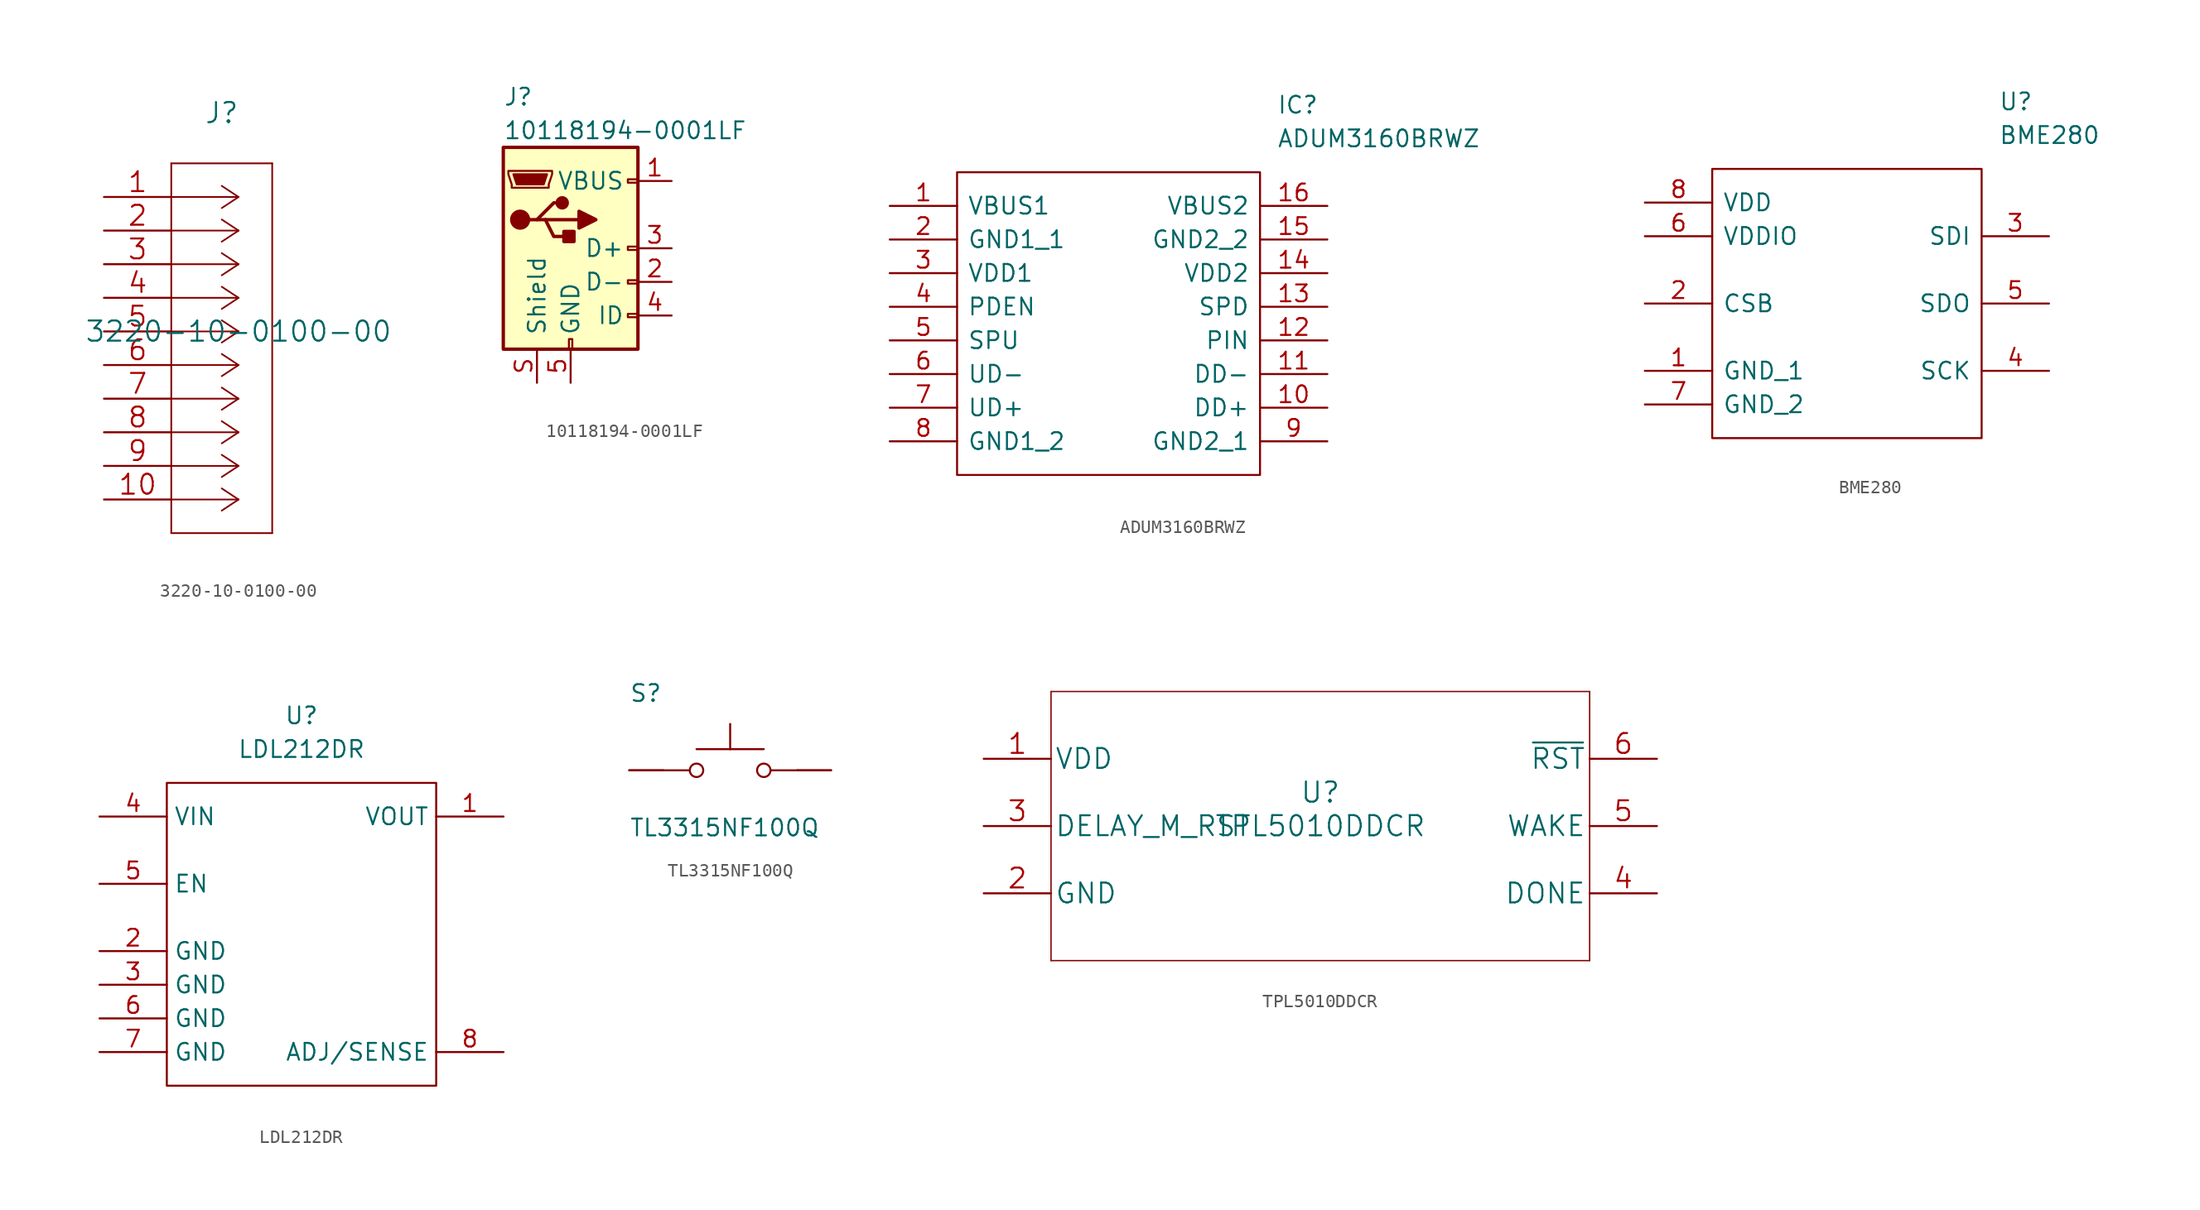
<source format=kicad_sym>
(kicad_symbol_lib
  (version 20220914)
  (generator kicad_symbol_editor)
  (symbol "3220-10-0100-00"
    (pin_names
      (offset 0.254) hide)
    (property "Reference" "J"
      (at 8.89 6.35 0)
      (effects (font (size 1.524 1.524))))
    (property "Value" "3220-10-0100-00"
      (at 10.16 -10.16 0)
      (effects (font (size 1.524 1.524))))
    (property "Datasheet" ""
      (at 0 0 0)
      (effects (font (size 1.524 1.524))))
    (symbol "3220-10-0100-00_1_1"
      (polyline (pts (xy 5.08 -25.4) (xy 12.7 -25.4)) (stroke (width 0.127) (type default)) (fill (type none)))
      (polyline (pts (xy 5.08 2.54) (xy 5.08 -25.4)) (stroke (width 0.127) (type default)) (fill (type none)))
      (polyline (pts (xy 10.16 -22.86) (xy 5.08 -22.86)) (stroke (width 0.127) (type default)) (fill (type none)))
      (polyline (pts (xy 10.16 -22.86) (xy 8.89 -23.698)) (stroke (width 0.127) (type default)) (fill (type none)))
      (polyline (pts (xy 10.16 -22.86) (xy 8.89 -22.022)) (stroke (width 0.127) (type default)) (fill (type none)))
      (polyline (pts (xy 10.16 -20.32) (xy 5.08 -20.32)) (stroke (width 0.127) (type default)) (fill (type none)))
      (polyline (pts (xy 10.16 -20.32) (xy 8.89 -21.158)) (stroke (width 0.127) (type default)) (fill (type none)))
      (polyline (pts (xy 10.16 -20.32) (xy 8.89 -19.482)) (stroke (width 0.127) (type default)) (fill (type none)))
      (polyline (pts (xy 10.16 -17.78) (xy 5.08 -17.78)) (stroke (width 0.127) (type default)) (fill (type none)))
      (polyline (pts (xy 10.16 -17.78) (xy 8.89 -18.618)) (stroke (width 0.127) (type default)) (fill (type none)))
      (polyline (pts (xy 10.16 -17.78) (xy 8.89 -16.942)) (stroke (width 0.127) (type default)) (fill (type none)))
      (polyline (pts (xy 10.16 -15.24) (xy 5.08 -15.24)) (stroke (width 0.127) (type default)) (fill (type none)))
      (polyline (pts (xy 10.16 -15.24) (xy 8.89 -16.078)) (stroke (width 0.127) (type default)) (fill (type none)))
      (polyline (pts (xy 10.16 -15.24) (xy 8.89 -14.402)) (stroke (width 0.127) (type default)) (fill (type none)))
      (polyline (pts (xy 10.16 -12.7) (xy 5.08 -12.7)) (stroke (width 0.127) (type default)) (fill (type none)))
      (polyline (pts (xy 10.16 -12.7) (xy 8.89 -13.538)) (stroke (width 0.127) (type default)) (fill (type none)))
      (polyline (pts (xy 10.16 -12.7) (xy 8.89 -11.862)) (stroke (width 0.127) (type default)) (fill (type none)))
      (polyline (pts (xy 10.16 -10.16) (xy 5.08 -10.16)) (stroke (width 0.127) (type default)) (fill (type none)))
      (polyline (pts (xy 10.16 -10.16) (xy 8.89 -10.998)) (stroke (width 0.127) (type default)) (fill (type none)))
      (polyline (pts (xy 10.16 -10.16) (xy 8.89 -9.322)) (stroke (width 0.127) (type default)) (fill (type none)))
      (polyline (pts (xy 10.16 -7.62) (xy 5.08 -7.62)) (stroke (width 0.127) (type default)) (fill (type none)))
      (polyline (pts (xy 10.16 -7.62) (xy 8.89 -8.458)) (stroke (width 0.127) (type default)) (fill (type none)))
      (polyline (pts (xy 10.16 -7.62) (xy 8.89 -6.782)) (stroke (width 0.127) (type default)) (fill (type none)))
      (polyline (pts (xy 10.16 -5.08) (xy 5.08 -5.08)) (stroke (width 0.127) (type default)) (fill (type none)))
      (polyline (pts (xy 10.16 -5.08) (xy 8.89 -5.918)) (stroke (width 0.127) (type default)) (fill (type none)))
      (polyline (pts (xy 10.16 -5.08) (xy 8.89 -4.242)) (stroke (width 0.127) (type default)) (fill (type none)))
      (polyline (pts (xy 10.16 -2.54) (xy 5.08 -2.54)) (stroke (width 0.127) (type default)) (fill (type none)))
      (polyline (pts (xy 10.16 -2.54) (xy 8.89 -3.378)) (stroke (width 0.127) (type default)) (fill (type none)))
      (polyline (pts (xy 10.16 -2.54) (xy 8.89 -1.702)) (stroke (width 0.127) (type default)) (fill (type none)))
      (polyline (pts (xy 10.16 0) (xy 5.08 0)) (stroke (width 0.127) (type default)) (fill (type none)))
      (polyline (pts (xy 10.16 0) (xy 8.89 -0.838)) (stroke (width 0.127) (type default)) (fill (type none)))
      (polyline (pts (xy 10.16 0) (xy 8.89 0.838)) (stroke (width 0.127) (type default)) (fill (type none)))
      (polyline (pts (xy 12.7 -25.4) (xy 12.7 2.54)) (stroke (width 0.127) (type default)) (fill (type none)))
      (polyline (pts (xy 12.7 2.54) (xy 5.08 2.54)) (stroke (width 0.127) (type default)) (fill (type none)))
      (pin passive line (at 0 0 0) (length 5.08) (name "1" (effects (font (size 1.499 1.499)))) (number "1" (effects (font (size 1.499 1.499)))))
      (pin passive line (at 0 -22.86 0) (length 5.08) (name "10" (effects (font (size 1.499 1.499)))) (number "10" (effects (font (size 1.499 1.499)))))
      (pin passive line (at 0 -2.54 0) (length 5.08) (name "2" (effects (font (size 1.499 1.499)))) (number "2" (effects (font (size 1.499 1.499)))))
      (pin passive line (at 0 -5.08 0) (length 5.08) (name "3" (effects (font (size 1.499 1.499)))) (number "3" (effects (font (size 1.499 1.499)))))
      (pin passive line (at 0 -7.62 0) (length 5.08) (name "4" (effects (font (size 1.499 1.499)))) (number "4" (effects (font (size 1.499 1.499)))))
      (pin passive line (at 0 -10.16 0) (length 5.08) (name "5" (effects (font (size 1.499 1.499)))) (number "5" (effects (font (size 1.499 1.499)))))
      (pin passive line (at 0 -12.7 0) (length 5.08) (name "6" (effects (font (size 1.499 1.499)))) (number "6" (effects (font (size 1.499 1.499)))))
      (pin passive line (at 0 -15.24 0) (length 5.08) (name "7" (effects (font (size 1.499 1.499)))) (number "7" (effects (font (size 1.499 1.499)))))
      (pin passive line (at 0 -17.78 0) (length 5.08) (name "8" (effects (font (size 1.499 1.499)))) (number "8" (effects (font (size 1.499 1.499)))))
      (pin passive line (at 0 -20.32 0) (length 5.08) (name "9" (effects (font (size 1.499 1.499)))) (number "9" (effects (font (size 1.499 1.499)))))))
  (symbol "10118194-0001LF"
    (pin_names
      (offset 1.016))
    (property "Reference" "J"
      (at -5.08 11.43 0)
      (effects (font (size 1.27 1.27)) (justify left)))
    (property "Value" "10118194-0001LF"
      (at -5.08 8.89 0)
      (effects (font (size 1.27 1.27)) (justify left)))
    (symbol "10118194-0001LF_0_1"
      (rectangle (start -5.08 -7.62) (end 5.08 7.62) (stroke (width 0.254) (type default)) (fill (type background)))
      (circle (center -3.81 2.159) (radius 0.635) (stroke (width 0.254) (type default)) (fill (type outline)))
      (circle (center -0.635 3.429) (radius 0.381) (stroke (width 0.254) (type default)) (fill (type outline)))
      (rectangle (start -0.127 -7.62) (end 0.127 -6.858) (stroke (width 0) (type default)) (fill (type none)))
      (polyline (pts (xy -1.905 2.159) (xy 0.635 2.159)) (stroke (width 0.254) (type default)) (fill (type none)))
      (polyline (pts (xy -3.175 2.159) (xy -2.54 2.159) (xy -1.27 3.429) (xy -0.635 3.429)) (stroke (width 0.254) (type default)) (fill (type none)))
      (polyline (pts (xy -2.54 2.159) (xy -1.905 2.159) (xy -1.27 0.889) (xy 0 0.889)) (stroke (width 0.254) (type default)) (fill (type none)))
      (polyline (pts (xy 0.635 2.794) (xy 0.635 1.524) (xy 1.905 2.159) (xy 0.635 2.794)) (stroke (width 0.254) (type default)) (fill (type outline)))
      (polyline (pts (xy -4.318 5.588) (xy -1.778 5.588) (xy -2.032 4.826) (xy -4.064 4.826) (xy -4.318 5.588)) (stroke (width 0) (type default)) (fill (type outline)))
      (polyline (pts (xy -4.699 5.842) (xy -4.699 5.588) (xy -4.445 4.826) (xy -4.445 4.572) (xy -1.651 4.572) (xy -1.651 4.826) (xy -1.397 5.588) (xy -1.397 5.842) (xy -4.699 5.842)) (stroke (width 0) (type default)) (fill (type none)))
      (rectangle (start 0.254 1.27) (end -0.508 0.508) (stroke (width 0.254) (type default)) (fill (type outline)))
      (rectangle (start 5.08 -5.207) (end 4.318 -4.953) (stroke (width 0) (type default)) (fill (type none)))
      (rectangle (start 5.08 -2.667) (end 4.318 -2.413) (stroke (width 0) (type default)) (fill (type none)))
      (rectangle (start 5.08 -0.127) (end 4.318 0.127) (stroke (width 0) (type default)) (fill (type none)))
      (rectangle (start 5.08 4.953) (end 4.318 5.207) (stroke (width 0) (type default)) (fill (type none))))
    (symbol "10118194-0001LF_1_1"
      (pin power_out line (at 7.62 5.08 180) (length 2.54) (name "VBUS" (effects (font (size 1.27 1.27)))) (number "1" (effects (font (size 1.27 1.27)))))
      (pin bidirectional line (at 7.62 -2.54 180) (length 2.54) (name "D-" (effects (font (size 1.27 1.27)))) (number "2" (effects (font (size 1.27 1.27)))))
      (pin bidirectional line (at 7.62 0 180) (length 2.54) (name "D+" (effects (font (size 1.27 1.27)))) (number "3" (effects (font (size 1.27 1.27)))))
      (pin passive line (at 7.62 -5.08 180) (length 2.54) (name "ID" (effects (font (size 1.27 1.27)))) (number "4" (effects (font (size 1.27 1.27)))))
      (pin power_out line (at 0 -10.16 90) (length 2.54) (name "GND" (effects (font (size 1.27 1.27)))) (number "5" (effects (font (size 1.27 1.27)))))
      (pin passive line (at -2.54 -10.16 90) (length 2.54) (name "Shield" (effects (font (size 1.27 1.27)))) (number "S" (effects (font (size 1.27 1.27)))))))
  (symbol "ADUM3160BRWZ"
    (pin_names
      (offset 0.762))
    (property "Reference" "IC"
      (at 29.21 7.62 0)
      (effects (font (size 1.27 1.27)) (justify left)))
    (property "Value" "ADUM3160BRWZ"
      (at 29.21 5.08 0)
      (effects (font (size 1.27 1.27)) (justify left)))
    (symbol "ADUM3160BRWZ_0_0"
      (pin passive line (at 0 0 0) (length 5.08) (name "VBUS1" (effects (font (size 1.27 1.27)))) (number "1" (effects (font (size 1.27 1.27)))))
      (pin passive line (at 33.02 -15.24 180) (length 5.08) (name "DD+" (effects (font (size 1.27 1.27)))) (number "10" (effects (font (size 1.27 1.27)))))
      (pin passive line (at 33.02 -12.7 180) (length 5.08) (name "DD-" (effects (font (size 1.27 1.27)))) (number "11" (effects (font (size 1.27 1.27)))))
      (pin passive line (at 33.02 -10.16 180) (length 5.08) (name "PIN" (effects (font (size 1.27 1.27)))) (number "12" (effects (font (size 1.27 1.27)))))
      (pin passive line (at 33.02 -7.62 180) (length 5.08) (name "SPD" (effects (font (size 1.27 1.27)))) (number "13" (effects (font (size 1.27 1.27)))))
      (pin passive line (at 33.02 -5.08 180) (length 5.08) (name "VDD2" (effects (font (size 1.27 1.27)))) (number "14" (effects (font (size 1.27 1.27)))))
      (pin passive line (at 33.02 -2.54 180) (length 5.08) (name "GND2_2" (effects (font (size 1.27 1.27)))) (number "15" (effects (font (size 1.27 1.27)))))
      (pin passive line (at 33.02 0 180) (length 5.08) (name "VBUS2" (effects (font (size 1.27 1.27)))) (number "16" (effects (font (size 1.27 1.27)))))
      (pin passive line (at 0 -2.54 0) (length 5.08) (name "GND1_1" (effects (font (size 1.27 1.27)))) (number "2" (effects (font (size 1.27 1.27)))))
      (pin passive line (at 0 -5.08 0) (length 5.08) (name "VDD1" (effects (font (size 1.27 1.27)))) (number "3" (effects (font (size 1.27 1.27)))))
      (pin passive line (at 0 -7.62 0) (length 5.08) (name "PDEN" (effects (font (size 1.27 1.27)))) (number "4" (effects (font (size 1.27 1.27)))))
      (pin passive line (at 0 -10.16 0) (length 5.08) (name "SPU" (effects (font (size 1.27 1.27)))) (number "5" (effects (font (size 1.27 1.27)))))
      (pin passive line (at 0 -12.7 0) (length 5.08) (name "UD-" (effects (font (size 1.27 1.27)))) (number "6" (effects (font (size 1.27 1.27)))))
      (pin passive line (at 0 -15.24 0) (length 5.08) (name "UD+" (effects (font (size 1.27 1.27)))) (number "7" (effects (font (size 1.27 1.27)))))
      (pin passive line (at 0 -17.78 0) (length 5.08) (name "GND1_2" (effects (font (size 1.27 1.27)))) (number "8" (effects (font (size 1.27 1.27)))))
      (pin passive line (at 33.02 -17.78 180) (length 5.08) (name "GND2_1" (effects (font (size 1.27 1.27)))) (number "9" (effects (font (size 1.27 1.27))))))
    (symbol "ADUM3160BRWZ_0_1"
      (polyline (pts (xy 5.08 2.54) (xy 27.94 2.54) (xy 27.94 -20.32) (xy 5.08 -20.32) (xy 5.08 2.54)) (stroke (width 0.152) (type default)) (fill (type none)))))
  (symbol "BME280"
    (pin_names
      (offset 0.762))
    (property "Reference" "U"
      (at 26.67 7.62 0)
      (effects (font (size 1.27 1.27)) (justify left)))
    (property "Value" "BME280"
      (at 26.67 5.08 0)
      (effects (font (size 1.27 1.27)) (justify left)))
    (symbol "BME280_0_0"
      (pin power_in line (at 0 -12.7 0) (length 5.08) (name "GND_1" (effects (font (size 1.27 1.27)))) (number "1" (effects (font (size 1.27 1.27)))))
      (pin input line (at 0 -7.62 0) (length 5.08) (name "CSB" (effects (font (size 1.27 1.27)))) (number "2" (effects (font (size 1.27 1.27)))))
      (pin passive line (at 30.48 -2.54 180) (length 5.08) (name "SDI" (effects (font (size 1.27 1.27)))) (number "3" (effects (font (size 1.27 1.27)))))
      (pin passive line (at 30.48 -12.7 180) (length 5.08) (name "SCK" (effects (font (size 1.27 1.27)))) (number "4" (effects (font (size 1.27 1.27)))))
      (pin passive line (at 30.48 -7.62 180) (length 5.08) (name "SDO" (effects (font (size 1.27 1.27)))) (number "5" (effects (font (size 1.27 1.27)))))
      (pin power_in line (at 0 -2.54 0) (length 5.08) (name "VDDIO" (effects (font (size 1.27 1.27)))) (number "6" (effects (font (size 1.27 1.27)))))
      (pin power_in line (at 0 -15.24 0) (length 5.08) (name "GND_2" (effects (font (size 1.27 1.27)))) (number "7" (effects (font (size 1.27 1.27)))))
      (pin power_in line (at 0 0 0) (length 5.08) (name "VDD" (effects (font (size 1.27 1.27)))) (number "8" (effects (font (size 1.27 1.27))))))
    (symbol "BME280_0_1"
      (polyline (pts (xy 5.08 2.54) (xy 25.4 2.54) (xy 25.4 -17.78) (xy 5.08 -17.78) (xy 5.08 2.54)) (stroke (width 0.152) (type default)) (fill (type none)))))
  (symbol "LDL212DR"
    (property "Reference" "U"
      (at 0 15.24 0)
      (effects (font (size 1.27 1.27))))
    (property "Value" "LDL212DR"
      (at 0 12.7 0)
      (effects (font (size 1.27 1.27))))
    (symbol "LDL212DR_0_1"
      (rectangle (start -10.16 10.16) (end 10.16 -12.7) (stroke (width 0) (type default)) (fill (type none))))
    (symbol "LDL212DR_1_1"
      (pin power_out line (at 15.24 7.62 180) (length 5.08) (name "VOUT" (effects (font (size 1.27 1.27)))) (number "1" (effects (font (size 1.27 1.27)))))
      (pin power_in line (at -15.24 -2.54 0) (length 5.08) (name "GND" (effects (font (size 1.27 1.27)))) (number "2" (effects (font (size 1.27 1.27)))))
      (pin power_in line (at -15.24 -5.08 0) (length 5.08) (name "GND" (effects (font (size 1.27 1.27)))) (number "3" (effects (font (size 1.27 1.27)))))
      (pin power_in line (at -15.24 7.62 0) (length 5.08) (name "VIN" (effects (font (size 1.27 1.27)))) (number "4" (effects (font (size 1.27 1.27)))))
      (pin input line (at -15.24 2.54 0) (length 5.08) (name "EN" (effects (font (size 1.27 1.27)))) (number "5" (effects (font (size 1.27 1.27)))))
      (pin power_in line (at -15.24 -7.62 0) (length 5.08) (name "GND" (effects (font (size 1.27 1.27)))) (number "6" (effects (font (size 1.27 1.27)))))
      (pin power_in line (at -15.24 -10.16 0) (length 5.08) (name "GND" (effects (font (size 1.27 1.27)))) (number "7" (effects (font (size 1.27 1.27)))))
      (pin input line (at 15.24 -10.16 180) (length 5.08) (name "ADJ/SENSE" (effects (font (size 1.27 1.27)))) (number "8" (effects (font (size 1.27 1.27)))))))
  (symbol "TL3315NF100Q"
    (pin_numbers hide)
    (pin_names
      (offset 1.016) hide)
    (property "Reference" "S"
      (at -7.62 5.08 0)
      (effects (font (size 1.27 1.27)) (justify left bottom)))
    (property "Value" "TL3315NF100Q"
      (at -7.62 -5.08 0)
      (effects (font (size 1.27 1.27)) (justify left bottom)))
    (symbol "TL3315NF100Q_0_0"
      (circle (center -2.54 0) (radius 0.508) (stroke (width 0.152) (type default)) (fill (type none)))
      (polyline (pts (xy -5.08 0) (xy -3.048 0)) (stroke (width 0.152) (type default)) (fill (type none)))
      (polyline (pts (xy -2.54 1.6) (xy 0 1.6)) (stroke (width 0.152) (type default)) (fill (type none)))
      (polyline (pts (xy 0 1.6) (xy 0 3.505)) (stroke (width 0.152) (type default)) (fill (type none)))
      (polyline (pts (xy 0 1.6) (xy 2.54 1.6)) (stroke (width 0.152) (type default)) (fill (type none)))
      (polyline (pts (xy 5.08 0) (xy 3.048 0)) (stroke (width 0.152) (type default)) (fill (type none)))
      (circle (center 2.54 0) (radius 0.508) (stroke (width 0.152) (type default)) (fill (type none)))
      (pin passive line (at -7.62 0 0) (length 2.54) (name "~" (effects (font (size 1.016 1.016)))) (number "1" (effects (font (size 1.016 1.016)))))
      (pin passive line (at -7.62 0 0) (length 2.54) (name "~" (effects (font (size 1.016 1.016)))) (number "2" (effects (font (size 1.016 1.016)))))
      (pin passive line (at 7.62 0 180) (length 2.54) (name "~" (effects (font (size 1.016 1.016)))) (number "3" (effects (font (size 1.016 1.016)))))
      (pin passive line (at 7.62 0 180) (length 2.54) (name "~" (effects (font (size 1.016 1.016)))) (number "4" (effects (font (size 1.016 1.016)))))))
  (symbol "TPL5010DDCR"
    (pin_names
      (offset 0.254))
    (property "Reference" "U"
      (at 0 2.54 0)
      (effects (font (size 1.524 1.524))))
    (property "Value" "TPL5010DDCR"
      (at 0 0 0)
      (effects (font (size 1.524 1.524))))
    (property "Datasheet" ""
      (at 0 0 0)
      (effects (font (size 1.524 1.524))))
    (symbol "TPL5010DDCR_1_1"
      (polyline (pts (xy -20.32 -10.16) (xy 20.32 -10.16)) (stroke (width 0.102) (type default)) (fill (type none)))
      (polyline (pts (xy -20.32 10.16) (xy -20.32 -10.16)) (stroke (width 0.102) (type default)) (fill (type none)))
      (polyline (pts (xy 20.32 -10.16) (xy 20.32 10.16)) (stroke (width 0.102) (type default)) (fill (type none)))
      (polyline (pts (xy 20.32 10.16) (xy -20.32 10.16)) (stroke (width 0.102) (type default)) (fill (type none)))
      (pin power_in line (at -25.4 5.08 0) (length 5.08) (name "VDD" (effects (font (size 1.499 1.499)))) (number "1" (effects (font (size 1.499 1.499)))))
      (pin power_in line (at -25.4 -5.08 0) (length 5.08) (name "GND" (effects (font (size 1.499 1.499)))) (number "2" (effects (font (size 1.499 1.499)))))
      (pin input line (at -25.4 0 0) (length 5.08) (name "DELAY_M_RST" (effects (font (size 1.499 1.499)))) (number "3" (effects (font (size 1.499 1.499)))))
      (pin input line (at 25.4 -5.08 180) (length 5.08) (name "DONE" (effects (font (size 1.499 1.499)))) (number "4" (effects (font (size 1.499 1.499)))))
      (pin output line (at 25.4 0 180) (length 5.08) (name "WAKE" (effects (font (size 1.499 1.499)))) (number "5" (effects (font (size 1.499 1.499)))))
      (pin open_collector line (at 25.4 5.08 180) (length 5.08) (name "~{RST}" (effects (font (size 1.499 1.499)))) (number "6" (effects (font (size 1.499 1.499))))))))
</source>
